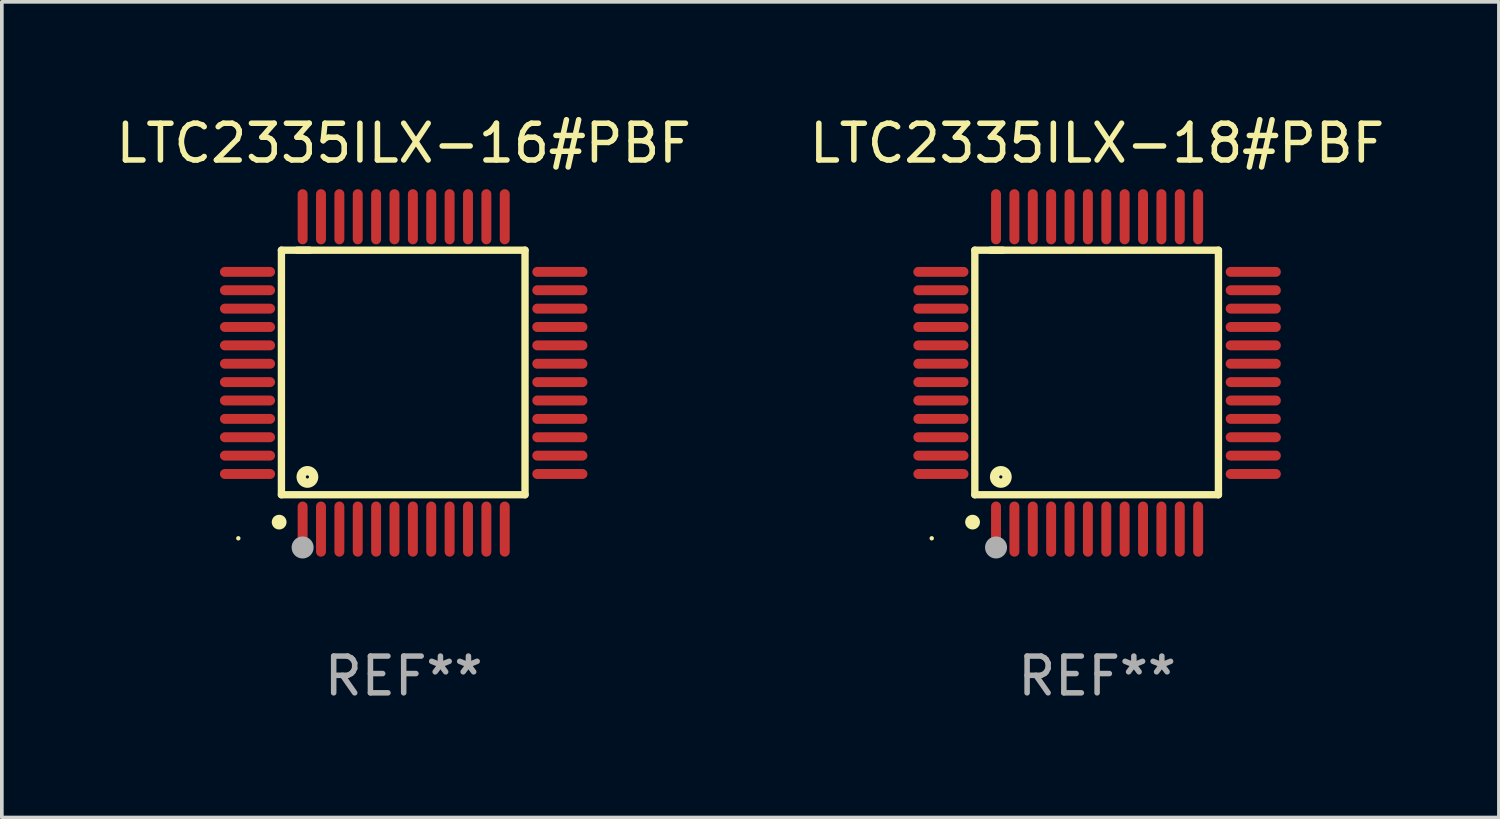
<source format=kicad_pcb>
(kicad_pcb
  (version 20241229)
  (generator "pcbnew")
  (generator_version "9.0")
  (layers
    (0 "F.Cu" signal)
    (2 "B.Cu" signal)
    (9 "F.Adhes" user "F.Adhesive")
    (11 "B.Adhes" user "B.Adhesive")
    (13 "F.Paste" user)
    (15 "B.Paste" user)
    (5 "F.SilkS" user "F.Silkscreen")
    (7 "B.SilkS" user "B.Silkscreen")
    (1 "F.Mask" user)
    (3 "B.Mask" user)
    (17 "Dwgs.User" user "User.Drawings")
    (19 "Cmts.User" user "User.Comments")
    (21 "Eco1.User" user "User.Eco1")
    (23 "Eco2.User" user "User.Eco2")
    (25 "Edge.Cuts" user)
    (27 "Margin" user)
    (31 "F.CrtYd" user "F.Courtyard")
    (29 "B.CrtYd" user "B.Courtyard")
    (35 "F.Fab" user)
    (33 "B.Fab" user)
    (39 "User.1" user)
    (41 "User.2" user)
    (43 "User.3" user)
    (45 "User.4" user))
  (footprint "LTC2335ILX-18#PBF"
    (layer "F.Cu")
    (at 26.804 7.098)
    (property "Reference" "LTC2335ILX-18#PBF" (at 0 -6.25 0) (layer "F.SilkS") (effects (font (size 1 1) (thickness 0.15))))
    (attr through_hole)
    (fp_line (start -3.327 -3.34) (end -2.565 -3.34) (stroke (width 0.2) (type solid)) (layer "F.SilkS"))
    (fp_line (start -3.327 3.315) (end -3.327 -3.34) (stroke (width 0.2) (type solid)) (layer "F.SilkS"))
    (fp_line (start -2.896 -3.34) (end 3.302 -3.34) (stroke (width 0.2) (type solid)) (layer "F.SilkS"))
    (fp_line (start 3.302 -3.34) (end 3.302 3.315) (stroke (width 0.2) (type solid)) (layer "F.SilkS"))
    (fp_line (start 3.302 3.315) (end -3.327 3.315) (stroke (width 0.2) (type solid)) (layer "F.SilkS"))
    (fp_arc (start -3.389992 4.059995) (mid -3.388722 4.059991) (end -3.387452 4.059995) (stroke (width 0.4) (type solid)) (layer "F.SilkS"))
    (fp_circle (center -4.5 4.5) (end -4.47 4.5) (stroke (width 0.06) (type solid)) (fill no) (layer "F.SilkS"))
    (fp_circle (center -2.62 2.83) (end -2.45 2.83) (stroke (width 0.254) (type solid)) (fill no) (layer "F.SilkS"))
    (fp_circle (center -2.75 4.75) (end -2.6 4.75) (stroke (width 0.3) (type solid)) (fill no) (layer "F.Fab"))
    (fp_text user "REF**" (at 0 8.25 0) (layer "F.Fab") (effects (font (size 1 1) (thickness 0.15))))
    (pad "1" smd oval (at -2.75 4.25) (size 0.27 1.5) (layers "F.Cu" "F.Mask" "F.Paste"))
    (pad "2" smd oval (at -2.25 4.25) (size 0.27 1.5) (layers "F.Cu" "F.Mask" "F.Paste"))
    (pad "3" smd oval (at -1.75 4.25) (size 0.27 1.5) (layers "F.Cu" "F.Mask" "F.Paste"))
    (pad "4" smd oval (at -1.25 4.25) (size 0.27 1.5) (layers "F.Cu" "F.Mask" "F.Paste"))
    (pad "5" smd oval (at -0.75 4.25) (size 0.27 1.5) (layers "F.Cu" "F.Mask" "F.Paste"))
    (pad "6" smd oval (at -0.25 4.25) (size 0.27 1.5) (layers "F.Cu" "F.Mask" "F.Paste"))
    (pad "7" smd oval (at 0.25 4.25) (size 0.27 1.5) (layers "F.Cu" "F.Mask" "F.Paste"))
    (pad "8" smd oval (at 0.75 4.25) (size 0.27 1.5) (layers "F.Cu" "F.Mask" "F.Paste"))
    (pad "9" smd oval (at 1.25 4.25) (size 0.27 1.5) (layers "F.Cu" "F.Mask" "F.Paste"))
    (pad "10" smd oval (at 1.75 4.25) (size 0.27 1.5) (layers "F.Cu" "F.Mask" "F.Paste"))
    (pad "11" smd oval (at 2.25 4.25) (size 0.27 1.5) (layers "F.Cu" "F.Mask" "F.Paste"))
    (pad "12" smd oval (at 2.75 4.25) (size 0.27 1.5) (layers "F.Cu" "F.Mask" "F.Paste"))
    (pad "13" smd oval (at 4.25 2.75) (size 1.5 0.27) (layers "F.Cu" "F.Mask" "F.Paste"))
    (pad "14" smd oval (at 4.25 2.25) (size 1.5 0.27) (layers "F.Cu" "F.Mask" "F.Paste"))
    (pad "15" smd oval (at 4.25 1.75) (size 1.5 0.27) (layers "F.Cu" "F.Mask" "F.Paste"))
    (pad "16" smd oval (at 4.25 1.25) (size 1.5 0.27) (layers "F.Cu" "F.Mask" "F.Paste"))
    (pad "17" smd oval (at 4.25 0.75) (size 1.5 0.27) (layers "F.Cu" "F.Mask" "F.Paste"))
    (pad "18" smd oval (at 4.25 0.25) (size 1.5 0.27) (layers "F.Cu" "F.Mask" "F.Paste"))
    (pad "19" smd oval (at 4.25 -0.25) (size 1.5 0.27) (layers "F.Cu" "F.Mask" "F.Paste"))
    (pad "20" smd oval (at 4.25 -0.75) (size 1.5 0.27) (layers "F.Cu" "F.Mask" "F.Paste"))
    (pad "21" smd oval (at 4.25 -1.25) (size 1.5 0.27) (layers "F.Cu" "F.Mask" "F.Paste"))
    (pad "22" smd oval (at 4.25 -1.75) (size 1.5 0.27) (layers "F.Cu" "F.Mask" "F.Paste"))
    (pad "23" smd oval (at 4.25 -2.25) (size 1.5 0.27) (layers "F.Cu" "F.Mask" "F.Paste"))
    (pad "24" smd oval (at 4.25 -2.75) (size 1.5 0.27) (layers "F.Cu" "F.Mask" "F.Paste"))
    (pad "25" smd oval (at 2.75 -4.25) (size 0.27 1.5) (layers "F.Cu" "F.Mask" "F.Paste"))
    (pad "26" smd oval (at 2.25 -4.25) (size 0.27 1.5) (layers "F.Cu" "F.Mask" "F.Paste"))
    (pad "27" smd oval (at 1.75 -4.25) (size 0.27 1.5) (layers "F.Cu" "F.Mask" "F.Paste"))
    (pad "28" smd oval (at 1.25 -4.25) (size 0.27 1.5) (layers "F.Cu" "F.Mask" "F.Paste"))
    (pad "29" smd oval (at 0.75 -4.25) (size 0.27 1.5) (layers "F.Cu" "F.Mask" "F.Paste"))
    (pad "30" smd oval (at 0.25 -4.25) (size 0.27 1.5) (layers "F.Cu" "F.Mask" "F.Paste"))
    (pad "31" smd oval (at -0.25 -4.25) (size 0.27 1.5) (layers "F.Cu" "F.Mask" "F.Paste"))
    (pad "32" smd oval (at -0.75 -4.25) (size 0.27 1.5) (layers "F.Cu" "F.Mask" "F.Paste"))
    (pad "33" smd oval (at -1.25 -4.25) (size 0.27 1.5) (layers "F.Cu" "F.Mask" "F.Paste"))
    (pad "34" smd oval (at -1.75 -4.25) (size 0.27 1.5) (layers "F.Cu" "F.Mask" "F.Paste"))
    (pad "35" smd oval (at -2.25 -4.25) (size 0.27 1.5) (layers "F.Cu" "F.Mask" "F.Paste"))
    (pad "36" smd oval (at -2.75 -4.25) (size 0.27 1.5) (layers "F.Cu" "F.Mask" "F.Paste"))
    (pad "37" smd oval (at -4.25 -2.75) (size 1.5 0.27) (layers "F.Cu" "F.Mask" "F.Paste"))
    (pad "38" smd oval (at -4.25 -2.25) (size 1.5 0.27) (layers "F.Cu" "F.Mask" "F.Paste"))
    (pad "39" smd oval (at -4.25 -1.75) (size 1.5 0.27) (layers "F.Cu" "F.Mask" "F.Paste"))
    (pad "40" smd oval (at -4.25 -1.25) (size 1.5 0.27) (layers "F.Cu" "F.Mask" "F.Paste"))
    (pad "41" smd oval (at -4.25 -0.75) (size 1.5 0.27) (layers "F.Cu" "F.Mask" "F.Paste"))
    (pad "42" smd oval (at -4.25 -0.25) (size 1.5 0.27) (layers "F.Cu" "F.Mask" "F.Paste"))
    (pad "43" smd oval (at -4.25 0.25) (size 1.5 0.27) (layers "F.Cu" "F.Mask" "F.Paste"))
    (pad "44" smd oval (at -4.25 0.75) (size 1.5 0.27) (layers "F.Cu" "F.Mask" "F.Paste"))
    (pad "45" smd oval (at -4.25 1.25) (size 1.5 0.27) (layers "F.Cu" "F.Mask" "F.Paste"))
    (pad "46" smd oval (at -4.25 1.75) (size 1.5 0.27) (layers "F.Cu" "F.Mask" "F.Paste"))
    (pad "47" smd oval (at -4.25 2.25) (size 1.5 0.27) (layers "F.Cu" "F.Mask" "F.Paste"))
    (pad "48" smd oval (at -4.25 2.75) (size 1.5 0.27) (layers "F.Cu" "F.Mask" "F.Paste")))
  (footprint "LTC2335ILX-16#PBF"
    (layer "F.Cu")
    (at 7.935 7.098)
    (property "Reference" "LTC2335ILX-16#PBF" (at 0 -6.25 0) (layer "F.SilkS") (effects (font (size 1 1) (thickness 0.15))))
    (attr through_hole)
    (fp_line (start -3.327 -3.34) (end -2.565 -3.34) (stroke (width 0.2) (type solid)) (layer "F.SilkS"))
    (fp_line (start -3.327 3.315) (end -3.327 -3.34) (stroke (width 0.2) (type solid)) (layer "F.SilkS"))
    (fp_line (start -2.896 -3.34) (end 3.302 -3.34) (stroke (width 0.2) (type solid)) (layer "F.SilkS"))
    (fp_line (start 3.302 -3.34) (end 3.302 3.315) (stroke (width 0.2) (type solid)) (layer "F.SilkS"))
    (fp_line (start 3.302 3.315) (end -3.327 3.315) (stroke (width 0.2) (type solid)) (layer "F.SilkS"))
    (fp_arc (start -3.389992 4.059995) (mid -3.388722 4.059991) (end -3.387452 4.059995) (stroke (width 0.4) (type solid)) (layer "F.SilkS"))
    (fp_circle (center -4.5 4.5) (end -4.47 4.5) (stroke (width 0.06) (type solid)) (fill no) (layer "F.SilkS"))
    (fp_circle (center -2.62 2.83) (end -2.45 2.83) (stroke (width 0.254) (type solid)) (fill no) (layer "F.SilkS"))
    (fp_circle (center -2.75 4.75) (end -2.6 4.75) (stroke (width 0.3) (type solid)) (fill no) (layer "F.Fab"))
    (fp_text user "REF**" (at 0 8.25 0) (layer "F.Fab") (effects (font (size 1 1) (thickness 0.15))))
    (pad "1" smd oval (at -2.75 4.25) (size 0.27 1.5) (layers "F.Cu" "F.Mask" "F.Paste"))
    (pad "2" smd oval (at -2.25 4.25) (size 0.27 1.5) (layers "F.Cu" "F.Mask" "F.Paste"))
    (pad "3" smd oval (at -1.75 4.25) (size 0.27 1.5) (layers "F.Cu" "F.Mask" "F.Paste"))
    (pad "4" smd oval (at -1.25 4.25) (size 0.27 1.5) (layers "F.Cu" "F.Mask" "F.Paste"))
    (pad "5" smd oval (at -0.75 4.25) (size 0.27 1.5) (layers "F.Cu" "F.Mask" "F.Paste"))
    (pad "6" smd oval (at -0.25 4.25) (size 0.27 1.5) (layers "F.Cu" "F.Mask" "F.Paste"))
    (pad "7" smd oval (at 0.25 4.25) (size 0.27 1.5) (layers "F.Cu" "F.Mask" "F.Paste"))
    (pad "8" smd oval (at 0.75 4.25) (size 0.27 1.5) (layers "F.Cu" "F.Mask" "F.Paste"))
    (pad "9" smd oval (at 1.25 4.25) (size 0.27 1.5) (layers "F.Cu" "F.Mask" "F.Paste"))
    (pad "10" smd oval (at 1.75 4.25) (size 0.27 1.5) (layers "F.Cu" "F.Mask" "F.Paste"))
    (pad "11" smd oval (at 2.25 4.25) (size 0.27 1.5) (layers "F.Cu" "F.Mask" "F.Paste"))
    (pad "12" smd oval (at 2.75 4.25) (size 0.27 1.5) (layers "F.Cu" "F.Mask" "F.Paste"))
    (pad "13" smd oval (at 4.25 2.75) (size 1.5 0.27) (layers "F.Cu" "F.Mask" "F.Paste"))
    (pad "14" smd oval (at 4.25 2.25) (size 1.5 0.27) (layers "F.Cu" "F.Mask" "F.Paste"))
    (pad "15" smd oval (at 4.25 1.75) (size 1.5 0.27) (layers "F.Cu" "F.Mask" "F.Paste"))
    (pad "16" smd oval (at 4.25 1.25) (size 1.5 0.27) (layers "F.Cu" "F.Mask" "F.Paste"))
    (pad "17" smd oval (at 4.25 0.75) (size 1.5 0.27) (layers "F.Cu" "F.Mask" "F.Paste"))
    (pad "18" smd oval (at 4.25 0.25) (size 1.5 0.27) (layers "F.Cu" "F.Mask" "F.Paste"))
    (pad "19" smd oval (at 4.25 -0.25) (size 1.5 0.27) (layers "F.Cu" "F.Mask" "F.Paste"))
    (pad "20" smd oval (at 4.25 -0.75) (size 1.5 0.27) (layers "F.Cu" "F.Mask" "F.Paste"))
    (pad "21" smd oval (at 4.25 -1.25) (size 1.5 0.27) (layers "F.Cu" "F.Mask" "F.Paste"))
    (pad "22" smd oval (at 4.25 -1.75) (size 1.5 0.27) (layers "F.Cu" "F.Mask" "F.Paste"))
    (pad "23" smd oval (at 4.25 -2.25) (size 1.5 0.27) (layers "F.Cu" "F.Mask" "F.Paste"))
    (pad "24" smd oval (at 4.25 -2.75) (size 1.5 0.27) (layers "F.Cu" "F.Mask" "F.Paste"))
    (pad "25" smd oval (at 2.75 -4.25) (size 0.27 1.5) (layers "F.Cu" "F.Mask" "F.Paste"))
    (pad "26" smd oval (at 2.25 -4.25) (size 0.27 1.5) (layers "F.Cu" "F.Mask" "F.Paste"))
    (pad "27" smd oval (at 1.75 -4.25) (size 0.27 1.5) (layers "F.Cu" "F.Mask" "F.Paste"))
    (pad "28" smd oval (at 1.25 -4.25) (size 0.27 1.5) (layers "F.Cu" "F.Mask" "F.Paste"))
    (pad "29" smd oval (at 0.75 -4.25) (size 0.27 1.5) (layers "F.Cu" "F.Mask" "F.Paste"))
    (pad "30" smd oval (at 0.25 -4.25) (size 0.27 1.5) (layers "F.Cu" "F.Mask" "F.Paste"))
    (pad "31" smd oval (at -0.25 -4.25) (size 0.27 1.5) (layers "F.Cu" "F.Mask" "F.Paste"))
    (pad "32" smd oval (at -0.75 -4.25) (size 0.27 1.5) (layers "F.Cu" "F.Mask" "F.Paste"))
    (pad "33" smd oval (at -1.25 -4.25) (size 0.27 1.5) (layers "F.Cu" "F.Mask" "F.Paste"))
    (pad "34" smd oval (at -1.75 -4.25) (size 0.27 1.5) (layers "F.Cu" "F.Mask" "F.Paste"))
    (pad "35" smd oval (at -2.25 -4.25) (size 0.27 1.5) (layers "F.Cu" "F.Mask" "F.Paste"))
    (pad "36" smd oval (at -2.75 -4.25) (size 0.27 1.5) (layers "F.Cu" "F.Mask" "F.Paste"))
    (pad "37" smd oval (at -4.25 -2.75) (size 1.5 0.27) (layers "F.Cu" "F.Mask" "F.Paste"))
    (pad "38" smd oval (at -4.25 -2.25) (size 1.5 0.27) (layers "F.Cu" "F.Mask" "F.Paste"))
    (pad "39" smd oval (at -4.25 -1.75) (size 1.5 0.27) (layers "F.Cu" "F.Mask" "F.Paste"))
    (pad "40" smd oval (at -4.25 -1.25) (size 1.5 0.27) (layers "F.Cu" "F.Mask" "F.Paste"))
    (pad "41" smd oval (at -4.25 -0.75) (size 1.5 0.27) (layers "F.Cu" "F.Mask" "F.Paste"))
    (pad "42" smd oval (at -4.25 -0.25) (size 1.5 0.27) (layers "F.Cu" "F.Mask" "F.Paste"))
    (pad "43" smd oval (at -4.25 0.25) (size 1.5 0.27) (layers "F.Cu" "F.Mask" "F.Paste"))
    (pad "44" smd oval (at -4.25 0.75) (size 1.5 0.27) (layers "F.Cu" "F.Mask" "F.Paste"))
    (pad "45" smd oval (at -4.25 1.25) (size 1.5 0.27) (layers "F.Cu" "F.Mask" "F.Paste"))
    (pad "46" smd oval (at -4.25 1.75) (size 1.5 0.27) (layers "F.Cu" "F.Mask" "F.Paste"))
    (pad "47" smd oval (at -4.25 2.25) (size 1.5 0.27) (layers "F.Cu" "F.Mask" "F.Paste"))
    (pad "48" smd oval (at -4.25 2.75) (size 1.5 0.27) (layers "F.Cu" "F.Mask" "F.Paste")))
  (gr_rect
    (start -3 -3)
    (end 37.738 19.196)
    (stroke (width 0.1) (type default))
    (fill no)
    (layer "Edge.Cuts")))
</source>
